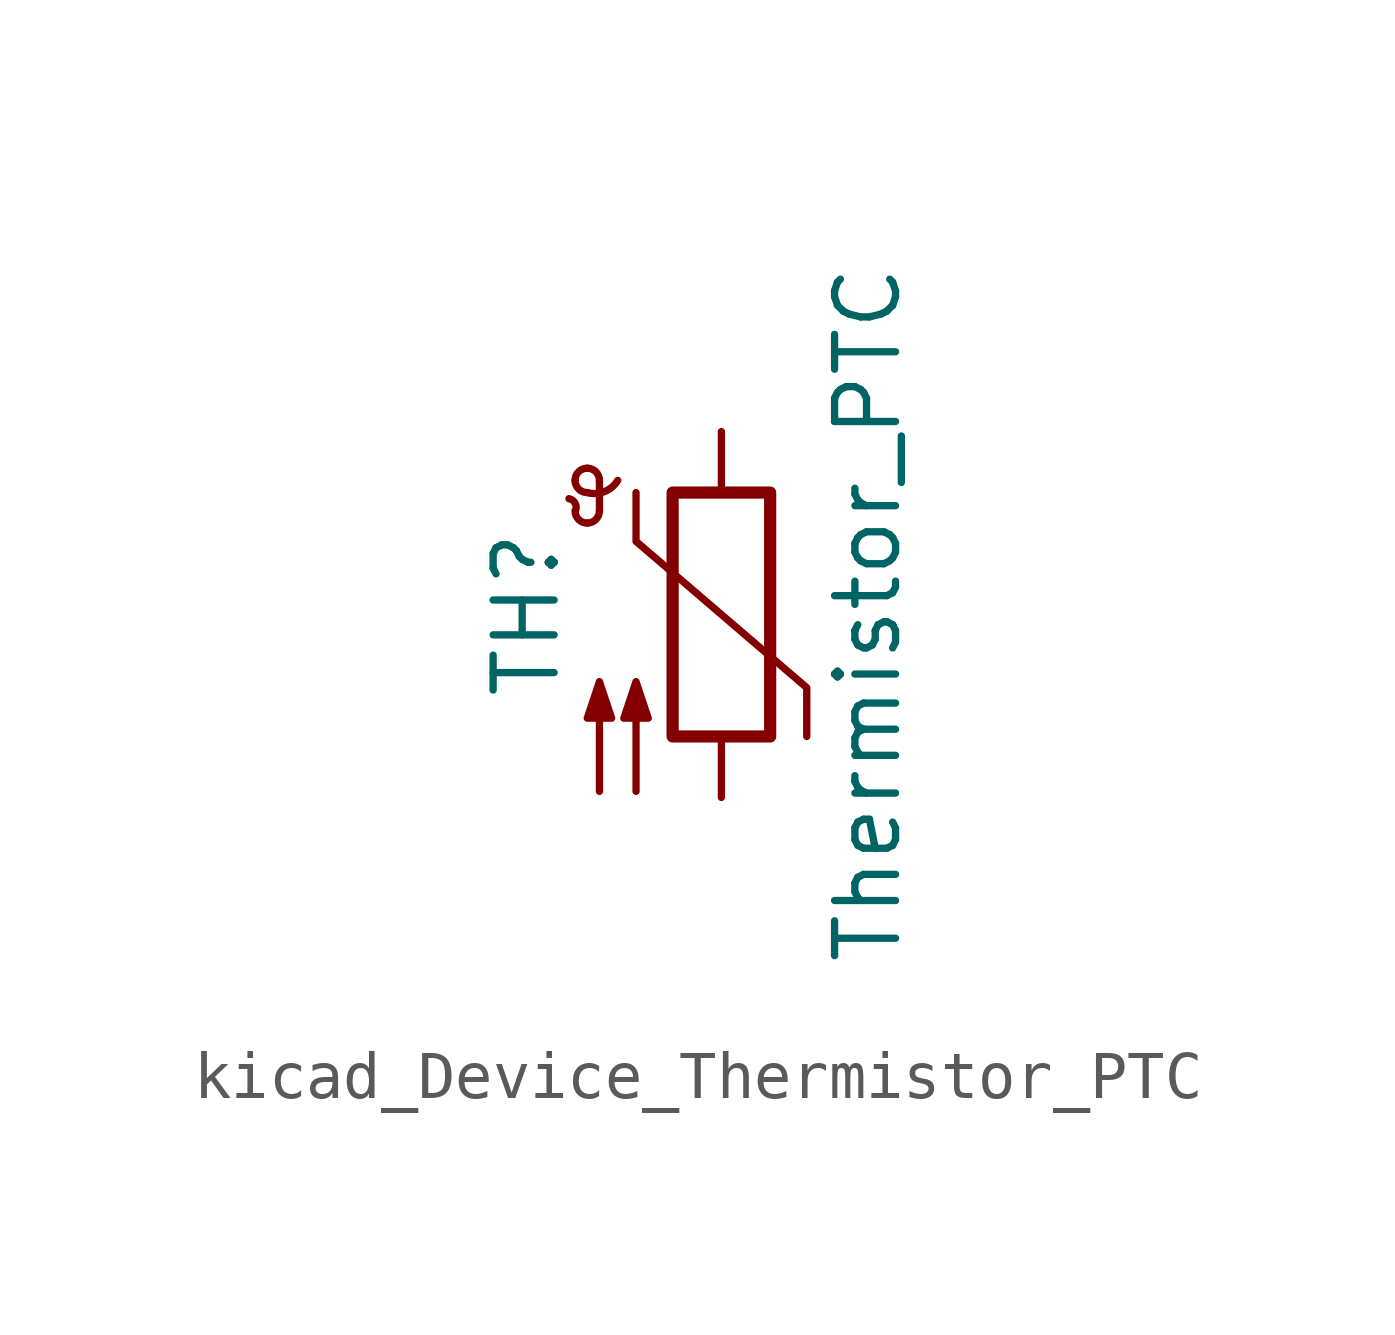
<source format=kicad_sym>
(kicad_symbol_lib
  (version 20220914)
  (generator kicad_symbol_editor)
  (symbol "kicad_Device_Thermistor_PTC"
    (pin_numbers hide)
    (pin_names
      (offset 0))
    (property "Reference" "TH"
      (at -4.064 0 90)
      (effects (font (size 1.27 1.27))))
    (property "Value" "Thermistor_PTC"
      (at 3.048 0 90)
      (effects (font (size 1.27 1.27))))
    (symbol "kicad_Device_Thermistor_PTC_0_1"
      (arc (start -3.048 2.159) (mid -3.0495 2.3143) (end -3.175 2.413) (stroke (width 0) (type default)) (fill (type none)))
      (arc (start -3.048 2.159) (mid -2.9736 1.9794) (end -2.794 1.905) (stroke (width 0) (type default)) (fill (type none)))
      (arc (start -3.048 2.794) (mid -2.9736 2.6144) (end -2.794 2.54) (stroke (width 0) (type default)) (fill (type none)))
      (arc (start -2.794 1.905) (mid -2.6144 1.9794) (end -2.54 2.159) (stroke (width 0) (type default)) (fill (type none)))
      (arc (start -2.794 2.54) (mid -2.4393 2.5587) (end -2.159 2.794) (stroke (width 0) (type default)) (fill (type none)))
      (arc (start -2.794 3.048) (mid -2.9736 2.9736) (end -3.048 2.794) (stroke (width 0) (type default)) (fill (type none)))
      (arc (start -2.54 2.794) (mid -2.6144 2.9736) (end -2.794 3.048) (stroke (width 0) (type default)) (fill (type none)))
      (rectangle (start -1.016 2.54) (end 1.016 -2.54) (stroke (width 0.254) (type default)) (fill (type none)))
      (polyline (pts (xy -2.54 2.159) (xy -2.54 2.794)) (stroke (width 0) (type default)) (fill (type none)))
      (polyline (pts (xy -1.778 2.54) (xy -1.778 1.524) (xy 1.778 -1.524) (xy 1.778 -2.54)) (stroke (width 0) (type default)) (fill (type none)))
      (polyline (pts (xy -2.54 -3.683) (xy -2.54 -1.397) (xy -2.794 -2.159) (xy -2.286 -2.159) (xy -2.54 -1.397) (xy -2.54 -1.651)) (stroke (width 0) (type default)) (fill (type outline)))
      (polyline (pts (xy -1.778 -3.683) (xy -1.778 -1.397) (xy -2.032 -2.159) (xy -1.524 -2.159) (xy -1.778 -1.397) (xy -1.778 -1.651)) (stroke (width 0) (type default)) (fill (type outline))))
    (symbol "kicad_Device_Thermistor_PTC_1_1"
      (pin passive line (at 0 3.81 270) (length 1.27) (name "~" (effects (font (size 1.27 1.27)))) (number "1" (effects (font (size 1.27 1.27)))))
      (pin passive line (at 0 -3.81 90) (length 1.27) (name "~" (effects (font (size 1.27 1.27)))) (number "2" (effects (font (size 1.27 1.27))))))))
</source>
